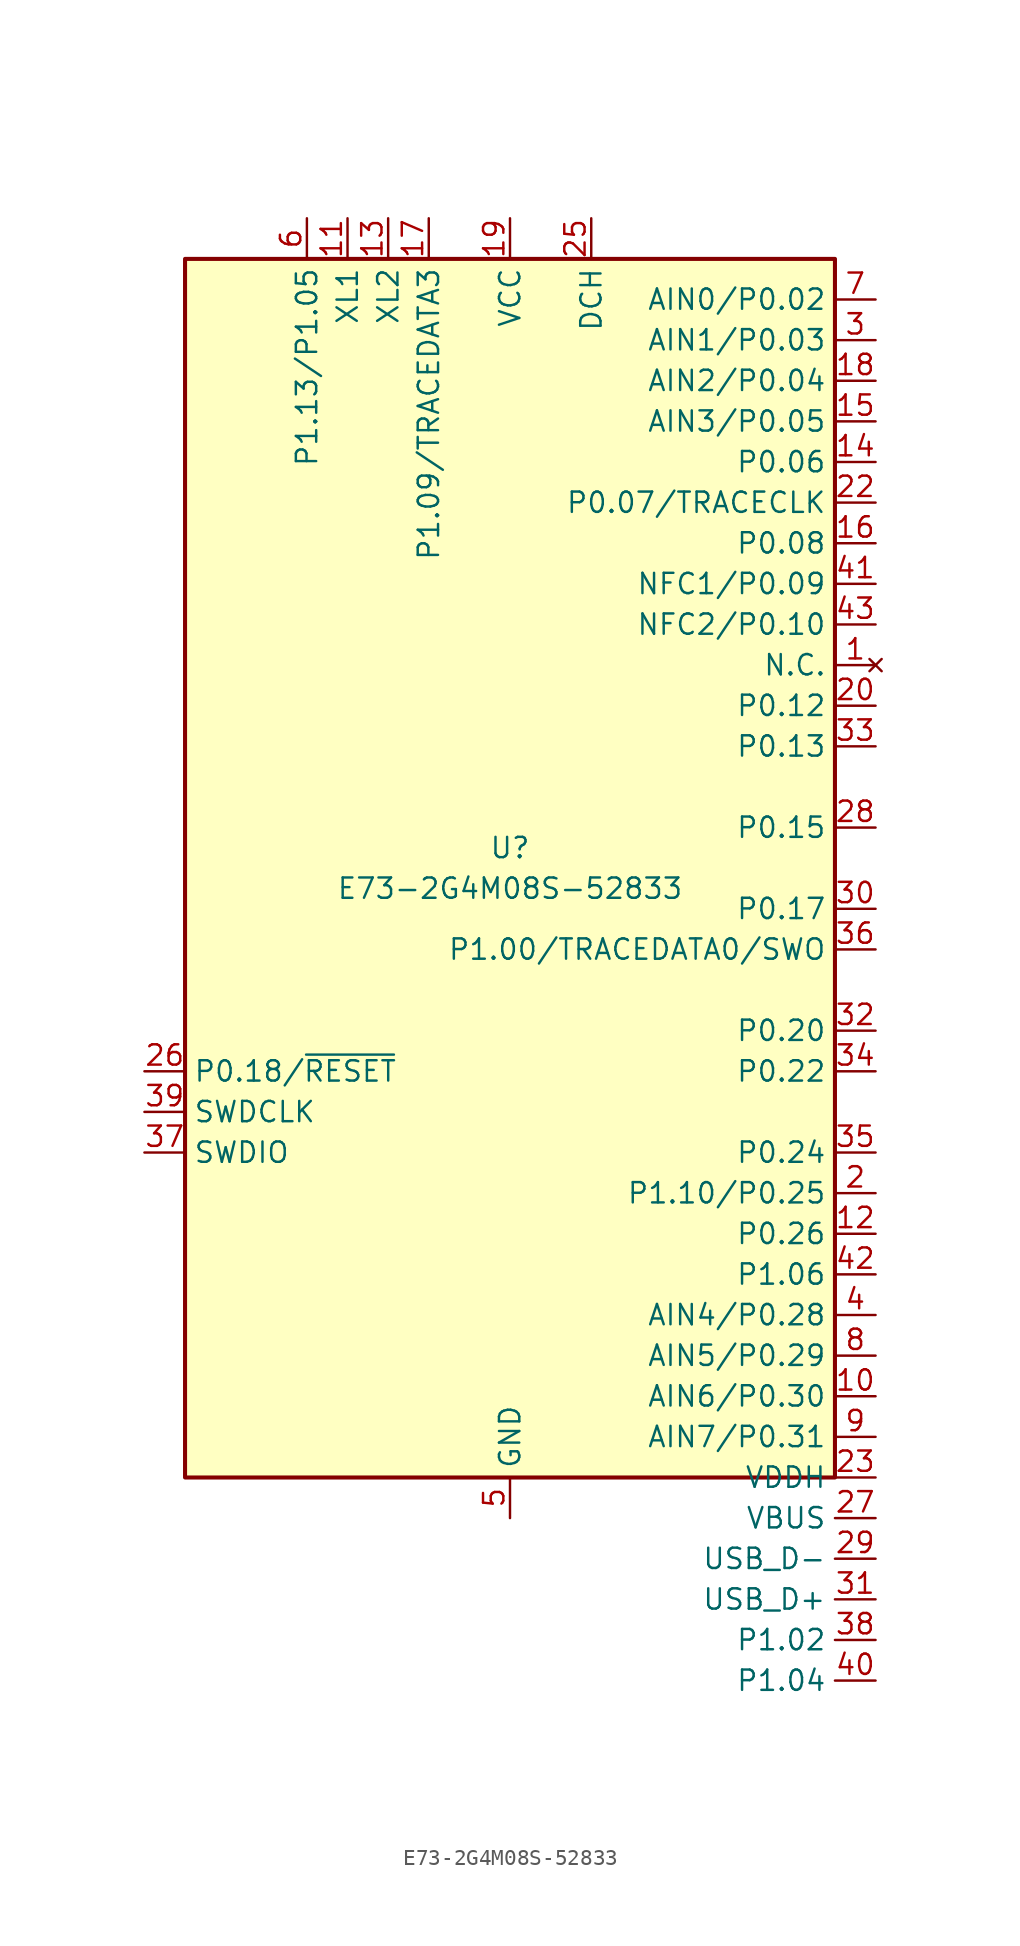
<source format=kicad_sym>
(kicad_symbol_lib
  (version 20231120)
  (generator "kicad_symbol_editor")
  (generator_version "8.0")
  (symbol "E73-2G4M08S-52833"
    (property "Reference" "U"
      (at 0 1.27 0)
      (effects (font (size 1.27 1.27))))
    (property "Value" "E73-2G4M08S-52833"
      (at 0 -1.27 0)
      (effects (font (size 1.27 1.27))))
    (symbol "E73-2G4M08S-52833_0_1"
      (rectangle (start -20.32 38.1) (end 20.32 -38.1) (stroke (width 0.254) (type default)) (fill (type background))))
    (symbol "E73-2G4M08S-52833_1_0"
      (pin power_in line (at 22.86 -38.1 180) (length 2.54) (name "VDDH" (effects (font (size 1.27 1.27)))) (number "23" (effects (font (size 1.27 1.27)))))
      (pin power_in line (at 22.86 -40.64 180) (length 2.54) (name "VBUS" (effects (font (size 1.27 1.27)))) (number "27" (effects (font (size 1.27 1.27)))))
      (pin power_in line (at 22.86 -43.18 180) (length 2.54) (name "USB_D-" (effects (font (size 1.27 1.27)))) (number "29" (effects (font (size 1.27 1.27)))))
      (pin power_in line (at 22.86 -45.72 180) (length 2.54) (name "USB_D+" (effects (font (size 1.27 1.27)))) (number "31" (effects (font (size 1.27 1.27)))))
      (pin bidirectional line (at 22.86 -48.26 180) (length 2.54) (name "P1.02" (effects (font (size 1.27 1.27)))) (number "38" (effects (font (size 1.27 1.27)))))
      (pin bidirectional line (at 22.86 -50.8 180) (length 2.54) (name "P1.04" (effects (font (size 1.27 1.27)))) (number "40" (effects (font (size 1.27 1.27))))))
    (symbol "E73-2G4M08S-52833_1_1"
      (pin no_connect line (at 22.86 12.7 180) (length 2.54) (name "N.C." (effects (font (size 1.27 1.27)))) (number "1" (effects (font (size 1.27 1.27)))))
      (pin bidirectional line (at 22.86 -33.02 180) (length 2.54) (name "AIN6/P0.30" (effects (font (size 1.27 1.27)))) (number "10" (effects (font (size 1.27 1.27)))))
      (pin bidirectional line (at -10.16 40.64 270) (length 2.54) (name "XL1" (effects (font (size 1.27 1.27)))) (number "11" (effects (font (size 1.27 1.27)))))
      (pin bidirectional line (at 22.86 -22.86 180) (length 2.54) (name "P0.26" (effects (font (size 1.27 1.27)))) (number "12" (effects (font (size 1.27 1.27)))))
      (pin bidirectional line (at -7.62 40.64 270) (length 2.54) (name "XL2" (effects (font (size 1.27 1.27)))) (number "13" (effects (font (size 1.27 1.27)))))
      (pin bidirectional line (at 22.86 25.4 180) (length 2.54) (name "P0.06" (effects (font (size 1.27 1.27)))) (number "14" (effects (font (size 1.27 1.27)))))
      (pin bidirectional line (at 22.86 27.94 180) (length 2.54) (name "AIN3/P0.05" (effects (font (size 1.27 1.27)))) (number "15" (effects (font (size 1.27 1.27)))))
      (pin bidirectional line (at 22.86 20.32 180) (length 2.54) (name "P0.08" (effects (font (size 1.27 1.27)))) (number "16" (effects (font (size 1.27 1.27)))))
      (pin bidirectional line (at -5.08 40.64 270) (length 2.54) (name "P1.09/TRACEDATA3" (effects (font (size 1.27 1.27)))) (number "17" (effects (font (size 1.27 1.27)))))
      (pin bidirectional line (at 22.86 30.48 180) (length 2.54) (name "AIN2/P0.04" (effects (font (size 1.27 1.27)))) (number "18" (effects (font (size 1.27 1.27)))))
      (pin power_in line (at 0 40.64 270) (length 2.54) (name "VCC" (effects (font (size 1.27 1.27)))) (number "19" (effects (font (size 1.27 1.27)))))
      (pin bidirectional line (at 22.86 -20.32 180) (length 2.54) (name "P1.10/P0.25" (effects (font (size 1.27 1.27)))) (number "2" (effects (font (size 1.27 1.27)))))
      (pin bidirectional line (at 22.86 10.16 180) (length 2.54) (name "P0.12" (effects (font (size 1.27 1.27)))) (number "20" (effects (font (size 1.27 1.27)))))
      (pin passive line (at 0 -40.64 90) (length 2.54) hide (name "GND" (effects (font (size 1.27 1.27)))) (number "21" (effects (font (size 1.27 1.27)))))
      (pin bidirectional line (at 22.86 22.86 180) (length 2.54) (name "P0.07/TRACECLK" (effects (font (size 1.27 1.27)))) (number "22" (effects (font (size 1.27 1.27)))))
      (pin passive line (at 0 -40.64 90) (length 2.54) hide (name "GND" (effects (font (size 1.27 1.27)))) (number "24" (effects (font (size 1.27 1.27)))))
      (pin power_out line (at 5.08 40.64 270) (length 2.54) (name "DCH" (effects (font (size 1.27 1.27)))) (number "25" (effects (font (size 1.27 1.27)))))
      (pin bidirectional line (at -22.86 -12.7 0) (length 2.54) (name "P0.18/~{RESET}" (effects (font (size 1.27 1.27)))) (number "26" (effects (font (size 1.27 1.27)))))
      (pin bidirectional line (at 22.86 2.54 180) (length 2.54) (name "P0.15" (effects (font (size 1.27 1.27)))) (number "28" (effects (font (size 1.27 1.27)))))
      (pin bidirectional line (at 22.86 33.02 180) (length 2.54) (name "AIN1/P0.03" (effects (font (size 1.27 1.27)))) (number "3" (effects (font (size 1.27 1.27)))))
      (pin bidirectional line (at 22.86 -2.54 180) (length 2.54) (name "P0.17" (effects (font (size 1.27 1.27)))) (number "30" (effects (font (size 1.27 1.27)))))
      (pin bidirectional line (at 22.86 -10.16 180) (length 2.54) (name "P0.20" (effects (font (size 1.27 1.27)))) (number "32" (effects (font (size 1.27 1.27)))))
      (pin bidirectional line (at 22.86 7.62 180) (length 2.54) (name "P0.13" (effects (font (size 1.27 1.27)))) (number "33" (effects (font (size 1.27 1.27)))))
      (pin bidirectional line (at 22.86 -12.7 180) (length 2.54) (name "P0.22" (effects (font (size 1.27 1.27)))) (number "34" (effects (font (size 1.27 1.27)))))
      (pin bidirectional line (at 22.86 -17.78 180) (length 2.54) (name "P0.24" (effects (font (size 1.27 1.27)))) (number "35" (effects (font (size 1.27 1.27)))))
      (pin bidirectional line (at 22.86 -5.08 180) (length 2.54) (name "P1.00/TRACEDATA0/SWO" (effects (font (size 1.27 1.27)))) (number "36" (effects (font (size 1.27 1.27)))))
      (pin bidirectional line (at -22.86 -17.78 0) (length 2.54) (name "SWDIO" (effects (font (size 1.27 1.27)))) (number "37" (effects (font (size 1.27 1.27)))))
      (pin input line (at -22.86 -15.24 0) (length 2.54) (name "SWDCLK" (effects (font (size 1.27 1.27)))) (number "39" (effects (font (size 1.27 1.27)))))
      (pin bidirectional line (at 22.86 -27.94 180) (length 2.54) (name "AIN4/P0.28" (effects (font (size 1.27 1.27)))) (number "4" (effects (font (size 1.27 1.27)))))
      (pin bidirectional line (at 22.86 17.78 180) (length 2.54) (name "NFC1/P0.09" (effects (font (size 1.27 1.27)))) (number "41" (effects (font (size 1.27 1.27)))))
      (pin bidirectional line (at 22.86 -25.4 180) (length 2.54) (name "P1.06" (effects (font (size 1.27 1.27)))) (number "42" (effects (font (size 1.27 1.27)))))
      (pin bidirectional line (at 22.86 15.24 180) (length 2.54) (name "NFC2/P0.10" (effects (font (size 1.27 1.27)))) (number "43" (effects (font (size 1.27 1.27)))))
      (pin power_in line (at 0 -40.64 90) (length 2.54) (name "GND" (effects (font (size 1.27 1.27)))) (number "5" (effects (font (size 1.27 1.27)))))
      (pin bidirectional line (at -12.7 40.64 270) (length 2.54) (name "P1.13/P1.05" (effects (font (size 1.27 1.27)))) (number "6" (effects (font (size 1.27 1.27)))))
      (pin bidirectional line (at 22.86 35.56 180) (length 2.54) (name "AIN0/P0.02" (effects (font (size 1.27 1.27)))) (number "7" (effects (font (size 1.27 1.27)))))
      (pin bidirectional line (at 22.86 -30.48 180) (length 2.54) (name "AIN5/P0.29" (effects (font (size 1.27 1.27)))) (number "8" (effects (font (size 1.27 1.27)))))
      (pin bidirectional line (at 22.86 -35.56 180) (length 2.54) (name "AIN7/P0.31" (effects (font (size 1.27 1.27)))) (number "9" (effects (font (size 1.27 1.27))))))))
</source>
